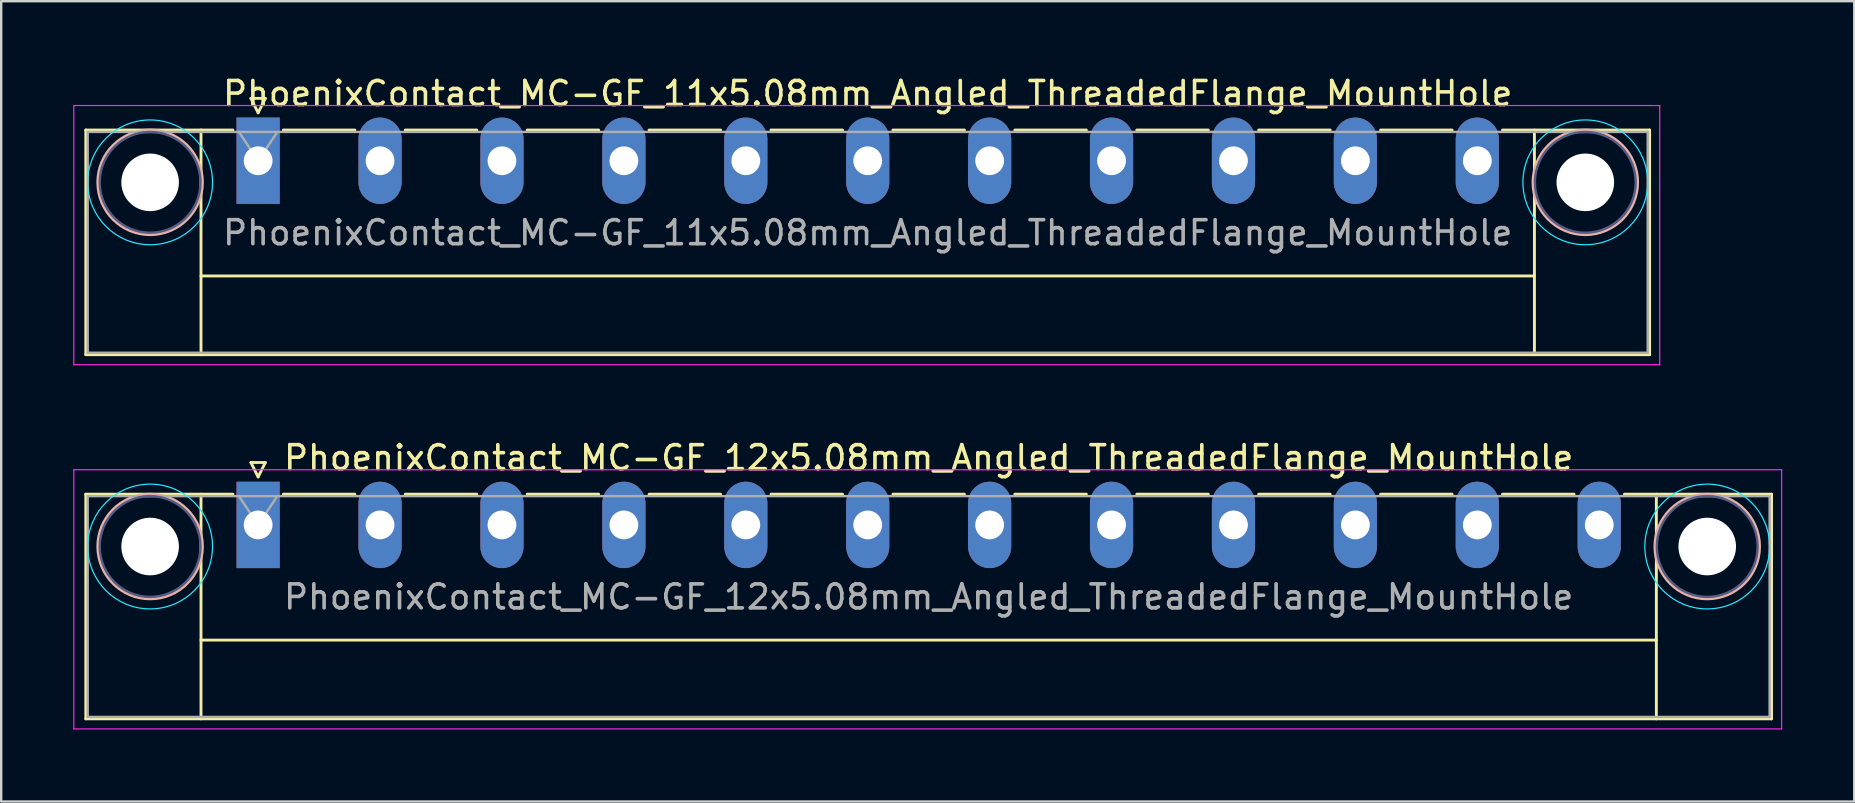
<source format=kicad_pcb>
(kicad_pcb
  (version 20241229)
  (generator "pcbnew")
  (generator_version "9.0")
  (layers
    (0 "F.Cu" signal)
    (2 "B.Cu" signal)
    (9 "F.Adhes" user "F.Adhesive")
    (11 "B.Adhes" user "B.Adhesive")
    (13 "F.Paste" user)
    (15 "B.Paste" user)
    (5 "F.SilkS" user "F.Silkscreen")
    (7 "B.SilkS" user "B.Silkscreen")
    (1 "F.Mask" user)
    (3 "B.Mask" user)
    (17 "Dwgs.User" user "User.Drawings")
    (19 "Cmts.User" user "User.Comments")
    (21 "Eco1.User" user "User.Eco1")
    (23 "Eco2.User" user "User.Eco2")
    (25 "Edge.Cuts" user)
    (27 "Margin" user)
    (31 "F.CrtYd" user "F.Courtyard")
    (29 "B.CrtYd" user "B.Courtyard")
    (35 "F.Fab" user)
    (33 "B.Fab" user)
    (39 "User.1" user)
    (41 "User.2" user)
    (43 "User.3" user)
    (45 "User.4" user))
  (footprint "PhoenixContact_MC-GF_12x5.08mm_Angled_ThreadedFlange_MountHole"
    (layer "F.Cu")
    (at 7.705 18.822)
    (property "Reference" "PhoenixContact_MC-GF_12x5.08mm_Angled_ThreadedFlange_MountHole" (at 27.94 -2.8 0) (layer "F.SilkS") (effects (font (size 1 1) (thickness 0.15))))
    (attr through_hole)
    (fp_line (start -7.18 -1.28) (end -7.18 8.08) (stroke (width 0.12) (type solid)) (layer "F.SilkS"))
    (fp_line (start -7.18 -1.28) (end -1.05 -1.28) (stroke (width 0.12) (type solid)) (layer "F.SilkS"))
    (fp_line (start -7.18 8.08) (end 63.06 8.08) (stroke (width 0.12) (type solid)) (layer "F.SilkS"))
    (fp_line (start -2.38 -1.28) (end -2.38 8.08) (stroke (width 0.12) (type solid)) (layer "F.SilkS"))
    (fp_line (start -2.38 4.8) (end 58.26 4.8) (stroke (width 0.12) (type solid)) (layer "F.SilkS"))
    (fp_line (start -0.3 -2.6) (end 0.3 -2.6) (stroke (width 0.12) (type solid)) (layer "F.SilkS"))
    (fp_line (start 0 -2) (end -0.3 -2.6) (stroke (width 0.12) (type solid)) (layer "F.SilkS"))
    (fp_line (start 0.3 -2.6) (end 0 -2) (stroke (width 0.12) (type solid)) (layer "F.SilkS"))
    (fp_line (start 1.05 -1.28) (end 4.03 -1.28) (stroke (width 0.12) (type solid)) (layer "F.SilkS"))
    (fp_line (start 6.13 -1.28) (end 9.11 -1.28) (stroke (width 0.12) (type solid)) (layer "F.SilkS"))
    (fp_line (start 11.21 -1.28) (end 14.19 -1.28) (stroke (width 0.12) (type solid)) (layer "F.SilkS"))
    (fp_line (start 16.29 -1.28) (end 19.27 -1.28) (stroke (width 0.12) (type solid)) (layer "F.SilkS"))
    (fp_line (start 21.37 -1.28) (end 24.35 -1.28) (stroke (width 0.12) (type solid)) (layer "F.SilkS"))
    (fp_line (start 26.45 -1.28) (end 29.43 -1.28) (stroke (width 0.12) (type solid)) (layer "F.SilkS"))
    (fp_line (start 31.53 -1.28) (end 34.51 -1.28) (stroke (width 0.12) (type solid)) (layer "F.SilkS"))
    (fp_line (start 36.61 -1.28) (end 39.59 -1.28) (stroke (width 0.12) (type solid)) (layer "F.SilkS"))
    (fp_line (start 41.69 -1.28) (end 44.67 -1.28) (stroke (width 0.12) (type solid)) (layer "F.SilkS"))
    (fp_line (start 46.77 -1.28) (end 49.75 -1.28) (stroke (width 0.12) (type solid)) (layer "F.SilkS"))
    (fp_line (start 51.85 -1.28) (end 54.83 -1.28) (stroke (width 0.12) (type solid)) (layer "F.SilkS"))
    (fp_line (start 58.26 -1.28) (end 58.26 8.08) (stroke (width 0.12) (type solid)) (layer "F.SilkS"))
    (fp_line (start 63.06 -1.28) (end 56.93 -1.28) (stroke (width 0.12) (type solid)) (layer "F.SilkS"))
    (fp_line (start 63.06 8.08) (end 63.06 -1.28) (stroke (width 0.12) (type solid)) (layer "F.SilkS"))
    (fp_circle (center -4.5 0.9) (end -2.32 0.9) (stroke (width 0.12) (type solid)) (fill no) (layer "B.SilkS"))
    (fp_circle (center 60.38 0.9) (end 62.56 0.9) (stroke (width 0.12) (type solid)) (fill no) (layer "B.SilkS"))
    (fp_circle (center -4.5 0.9) (end -1.9 0.9) (stroke (width 0.05) (type solid)) (fill no) (layer "B.CrtYd"))
    (fp_circle (center 60.38 0.9) (end 62.98 0.9) (stroke (width 0.05) (type solid)) (fill no) (layer "B.CrtYd"))
    (fp_line (start -7.68 -2.3) (end -7.68 8.5) (stroke (width 0.05) (type solid)) (layer "F.CrtYd"))
    (fp_line (start -7.68 8.5) (end 63.48 8.5) (stroke (width 0.05) (type solid)) (layer "F.CrtYd"))
    (fp_line (start 63.48 -2.3) (end -7.68 -2.3) (stroke (width 0.05) (type solid)) (layer "F.CrtYd"))
    (fp_line (start 63.48 8.5) (end 63.48 -2.3) (stroke (width 0.05) (type solid)) (layer "F.CrtYd"))
    (fp_circle (center -4.5 0.9) (end -2.4 0.9) (stroke (width 0.1) (type solid)) (fill no) (layer "B.Fab"))
    (fp_circle (center 60.38 0.9) (end 62.48 0.9) (stroke (width 0.1) (type solid)) (fill no) (layer "B.Fab"))
    (fp_line (start -7.1 -1.2) (end -7.1 8) (stroke (width 0.1) (type solid)) (layer "F.Fab"))
    (fp_line (start -7.1 8) (end 62.98 8) (stroke (width 0.1) (type solid)) (layer "F.Fab"))
    (fp_line (start 0 0) (end -0.8 -1.2) (stroke (width 0.1) (type solid)) (layer "F.Fab"))
    (fp_line (start 0.8 -1.2) (end 0 0) (stroke (width 0.1) (type solid)) (layer "F.Fab"))
    (fp_line (start 62.98 -1.2) (end -7.1 -1.2) (stroke (width 0.1) (type solid)) (layer "F.Fab"))
    (fp_line (start 62.98 8) (end 62.98 -1.2) (stroke (width 0.1) (type solid)) (layer "F.Fab"))
    (fp_text user "${REFERENCE}" (at 27.94 3 0) (layer "F.Fab") (effects (font (size 1 1) (thickness 0.15))))
    (pad "" np_thru_hole circle (at -4.5 0.9) (size 2.4 2.4) (drill 2.4) (layers "*.Cu" "*.Mask"))
    (pad "" np_thru_hole circle (at 60.38 0.9) (size 2.4 2.4) (drill 2.4) (layers "*.Cu" "*.Mask"))
    (pad "1" thru_hole rect (at 0 0) (size 1.8 3.6) (drill 1.2) (layers "*.Cu" "*.Mask"))
    (pad "2" thru_hole oval (at 5.08 0) (size 1.8 3.6) (drill 1.2) (layers "*.Cu" "*.Mask"))
    (pad "3" thru_hole oval (at 10.16 0) (size 1.8 3.6) (drill 1.2) (layers "*.Cu" "*.Mask"))
    (pad "4" thru_hole oval (at 15.24 0) (size 1.8 3.6) (drill 1.2) (layers "*.Cu" "*.Mask"))
    (pad "5" thru_hole oval (at 20.32 0) (size 1.8 3.6) (drill 1.2) (layers "*.Cu" "*.Mask"))
    (pad "6" thru_hole oval (at 25.4 0) (size 1.8 3.6) (drill 1.2) (layers "*.Cu" "*.Mask"))
    (pad "7" thru_hole oval (at 30.48 0) (size 1.8 3.6) (drill 1.2) (layers "*.Cu" "*.Mask"))
    (pad "8" thru_hole oval (at 35.56 0) (size 1.8 3.6) (drill 1.2) (layers "*.Cu" "*.Mask"))
    (pad "9" thru_hole oval (at 40.64 0) (size 1.8 3.6) (drill 1.2) (layers "*.Cu" "*.Mask"))
    (pad "10" thru_hole oval (at 45.72 0) (size 1.8 3.6) (drill 1.2) (layers "*.Cu" "*.Mask"))
    (pad "11" thru_hole oval (at 50.8 0) (size 1.8 3.6) (drill 1.2) (layers "*.Cu" "*.Mask"))
    (pad "12" thru_hole oval (at 55.88 0) (size 1.8 3.6) (drill 1.2) (layers "*.Cu" "*.Mask")))
  (footprint "PhoenixContact_MC-GF_11x5.08mm_Angled_ThreadedFlange_MountHole"
    (layer "F.Cu")
    (at 7.705 3.648)
    (property "Reference" "PhoenixContact_MC-GF_11x5.08mm_Angled_ThreadedFlange_MountHole" (at 25.4 -2.8 0) (layer "F.SilkS") (effects (font (size 1 1) (thickness 0.15))))
    (attr through_hole)
    (fp_line (start -7.18 -1.28) (end -7.18 8.08) (stroke (width 0.12) (type solid)) (layer "F.SilkS"))
    (fp_line (start -7.18 -1.28) (end -1.05 -1.28) (stroke (width 0.12) (type solid)) (layer "F.SilkS"))
    (fp_line (start -7.18 8.08) (end 57.98 8.08) (stroke (width 0.12) (type solid)) (layer "F.SilkS"))
    (fp_line (start -2.38 -1.28) (end -2.38 8.08) (stroke (width 0.12) (type solid)) (layer "F.SilkS"))
    (fp_line (start -2.38 4.8) (end 53.18 4.8) (stroke (width 0.12) (type solid)) (layer "F.SilkS"))
    (fp_line (start -0.3 -2.6) (end 0.3 -2.6) (stroke (width 0.12) (type solid)) (layer "F.SilkS"))
    (fp_line (start 0 -2) (end -0.3 -2.6) (stroke (width 0.12) (type solid)) (layer "F.SilkS"))
    (fp_line (start 0.3 -2.6) (end 0 -2) (stroke (width 0.12) (type solid)) (layer "F.SilkS"))
    (fp_line (start 1.05 -1.28) (end 4.03 -1.28) (stroke (width 0.12) (type solid)) (layer "F.SilkS"))
    (fp_line (start 6.13 -1.28) (end 9.11 -1.28) (stroke (width 0.12) (type solid)) (layer "F.SilkS"))
    (fp_line (start 11.21 -1.28) (end 14.19 -1.28) (stroke (width 0.12) (type solid)) (layer "F.SilkS"))
    (fp_line (start 16.29 -1.28) (end 19.27 -1.28) (stroke (width 0.12) (type solid)) (layer "F.SilkS"))
    (fp_line (start 21.37 -1.28) (end 24.35 -1.28) (stroke (width 0.12) (type solid)) (layer "F.SilkS"))
    (fp_line (start 26.45 -1.28) (end 29.43 -1.28) (stroke (width 0.12) (type solid)) (layer "F.SilkS"))
    (fp_line (start 31.53 -1.28) (end 34.51 -1.28) (stroke (width 0.12) (type solid)) (layer "F.SilkS"))
    (fp_line (start 36.61 -1.28) (end 39.59 -1.28) (stroke (width 0.12) (type solid)) (layer "F.SilkS"))
    (fp_line (start 41.69 -1.28) (end 44.67 -1.28) (stroke (width 0.12) (type solid)) (layer "F.SilkS"))
    (fp_line (start 46.77 -1.28) (end 49.75 -1.28) (stroke (width 0.12) (type solid)) (layer "F.SilkS"))
    (fp_line (start 53.18 -1.28) (end 53.18 8.08) (stroke (width 0.12) (type solid)) (layer "F.SilkS"))
    (fp_line (start 57.98 -1.28) (end 51.85 -1.28) (stroke (width 0.12) (type solid)) (layer "F.SilkS"))
    (fp_line (start 57.98 8.08) (end 57.98 -1.28) (stroke (width 0.12) (type solid)) (layer "F.SilkS"))
    (fp_circle (center -4.5 0.9) (end -2.32 0.9) (stroke (width 0.12) (type solid)) (fill no) (layer "B.SilkS"))
    (fp_circle (center 55.3 0.9) (end 57.48 0.9) (stroke (width 0.12) (type solid)) (fill no) (layer "B.SilkS"))
    (fp_circle (center -4.5 0.9) (end -1.9 0.9) (stroke (width 0.05) (type solid)) (fill no) (layer "B.CrtYd"))
    (fp_circle (center 55.3 0.9) (end 57.9 0.9) (stroke (width 0.05) (type solid)) (fill no) (layer "B.CrtYd"))
    (fp_line (start -7.68 -2.3) (end -7.68 8.5) (stroke (width 0.05) (type solid)) (layer "F.CrtYd"))
    (fp_line (start -7.68 8.5) (end 58.4 8.5) (stroke (width 0.05) (type solid)) (layer "F.CrtYd"))
    (fp_line (start 58.4 -2.3) (end -7.68 -2.3) (stroke (width 0.05) (type solid)) (layer "F.CrtYd"))
    (fp_line (start 58.4 8.5) (end 58.4 -2.3) (stroke (width 0.05) (type solid)) (layer "F.CrtYd"))
    (fp_circle (center -4.5 0.9) (end -2.4 0.9) (stroke (width 0.1) (type solid)) (fill no) (layer "B.Fab"))
    (fp_circle (center 55.3 0.9) (end 57.4 0.9) (stroke (width 0.1) (type solid)) (fill no) (layer "B.Fab"))
    (fp_line (start -7.1 -1.2) (end -7.1 8) (stroke (width 0.1) (type solid)) (layer "F.Fab"))
    (fp_line (start -7.1 8) (end 57.9 8) (stroke (width 0.1) (type solid)) (layer "F.Fab"))
    (fp_line (start 0 0) (end -0.8 -1.2) (stroke (width 0.1) (type solid)) (layer "F.Fab"))
    (fp_line (start 0.8 -1.2) (end 0 0) (stroke (width 0.1) (type solid)) (layer "F.Fab"))
    (fp_line (start 57.9 -1.2) (end -7.1 -1.2) (stroke (width 0.1) (type solid)) (layer "F.Fab"))
    (fp_line (start 57.9 8) (end 57.9 -1.2) (stroke (width 0.1) (type solid)) (layer "F.Fab"))
    (fp_text user "${REFERENCE}" (at 25.4 3 0) (layer "F.Fab") (effects (font (size 1 1) (thickness 0.15))))
    (pad "" np_thru_hole circle (at -4.5 0.9) (size 2.4 2.4) (drill 2.4) (layers "*.Cu" "*.Mask"))
    (pad "" np_thru_hole circle (at 55.3 0.9) (size 2.4 2.4) (drill 2.4) (layers "*.Cu" "*.Mask"))
    (pad "1" thru_hole rect (at 0 0) (size 1.8 3.6) (drill 1.2) (layers "*.Cu" "*.Mask"))
    (pad "2" thru_hole oval (at 5.08 0) (size 1.8 3.6) (drill 1.2) (layers "*.Cu" "*.Mask"))
    (pad "3" thru_hole oval (at 10.16 0) (size 1.8 3.6) (drill 1.2) (layers "*.Cu" "*.Mask"))
    (pad "4" thru_hole oval (at 15.24 0) (size 1.8 3.6) (drill 1.2) (layers "*.Cu" "*.Mask"))
    (pad "5" thru_hole oval (at 20.32 0) (size 1.8 3.6) (drill 1.2) (layers "*.Cu" "*.Mask"))
    (pad "6" thru_hole oval (at 25.4 0) (size 1.8 3.6) (drill 1.2) (layers "*.Cu" "*.Mask"))
    (pad "7" thru_hole oval (at 30.48 0) (size 1.8 3.6) (drill 1.2) (layers "*.Cu" "*.Mask"))
    (pad "8" thru_hole oval (at 35.56 0) (size 1.8 3.6) (drill 1.2) (layers "*.Cu" "*.Mask"))
    (pad "9" thru_hole oval (at 40.64 0) (size 1.8 3.6) (drill 1.2) (layers "*.Cu" "*.Mask"))
    (pad "10" thru_hole oval (at 45.72 0) (size 1.8 3.6) (drill 1.2) (layers "*.Cu" "*.Mask"))
    (pad "11" thru_hole oval (at 50.8 0) (size 1.8 3.6) (drill 1.2) (layers "*.Cu" "*.Mask")))
  (gr_rect
    (start -3 -3)
    (end 74.21 30.346)
    (stroke (width 0.1) (type default))
    (fill no)
    (layer "Edge.Cuts")))
</source>
